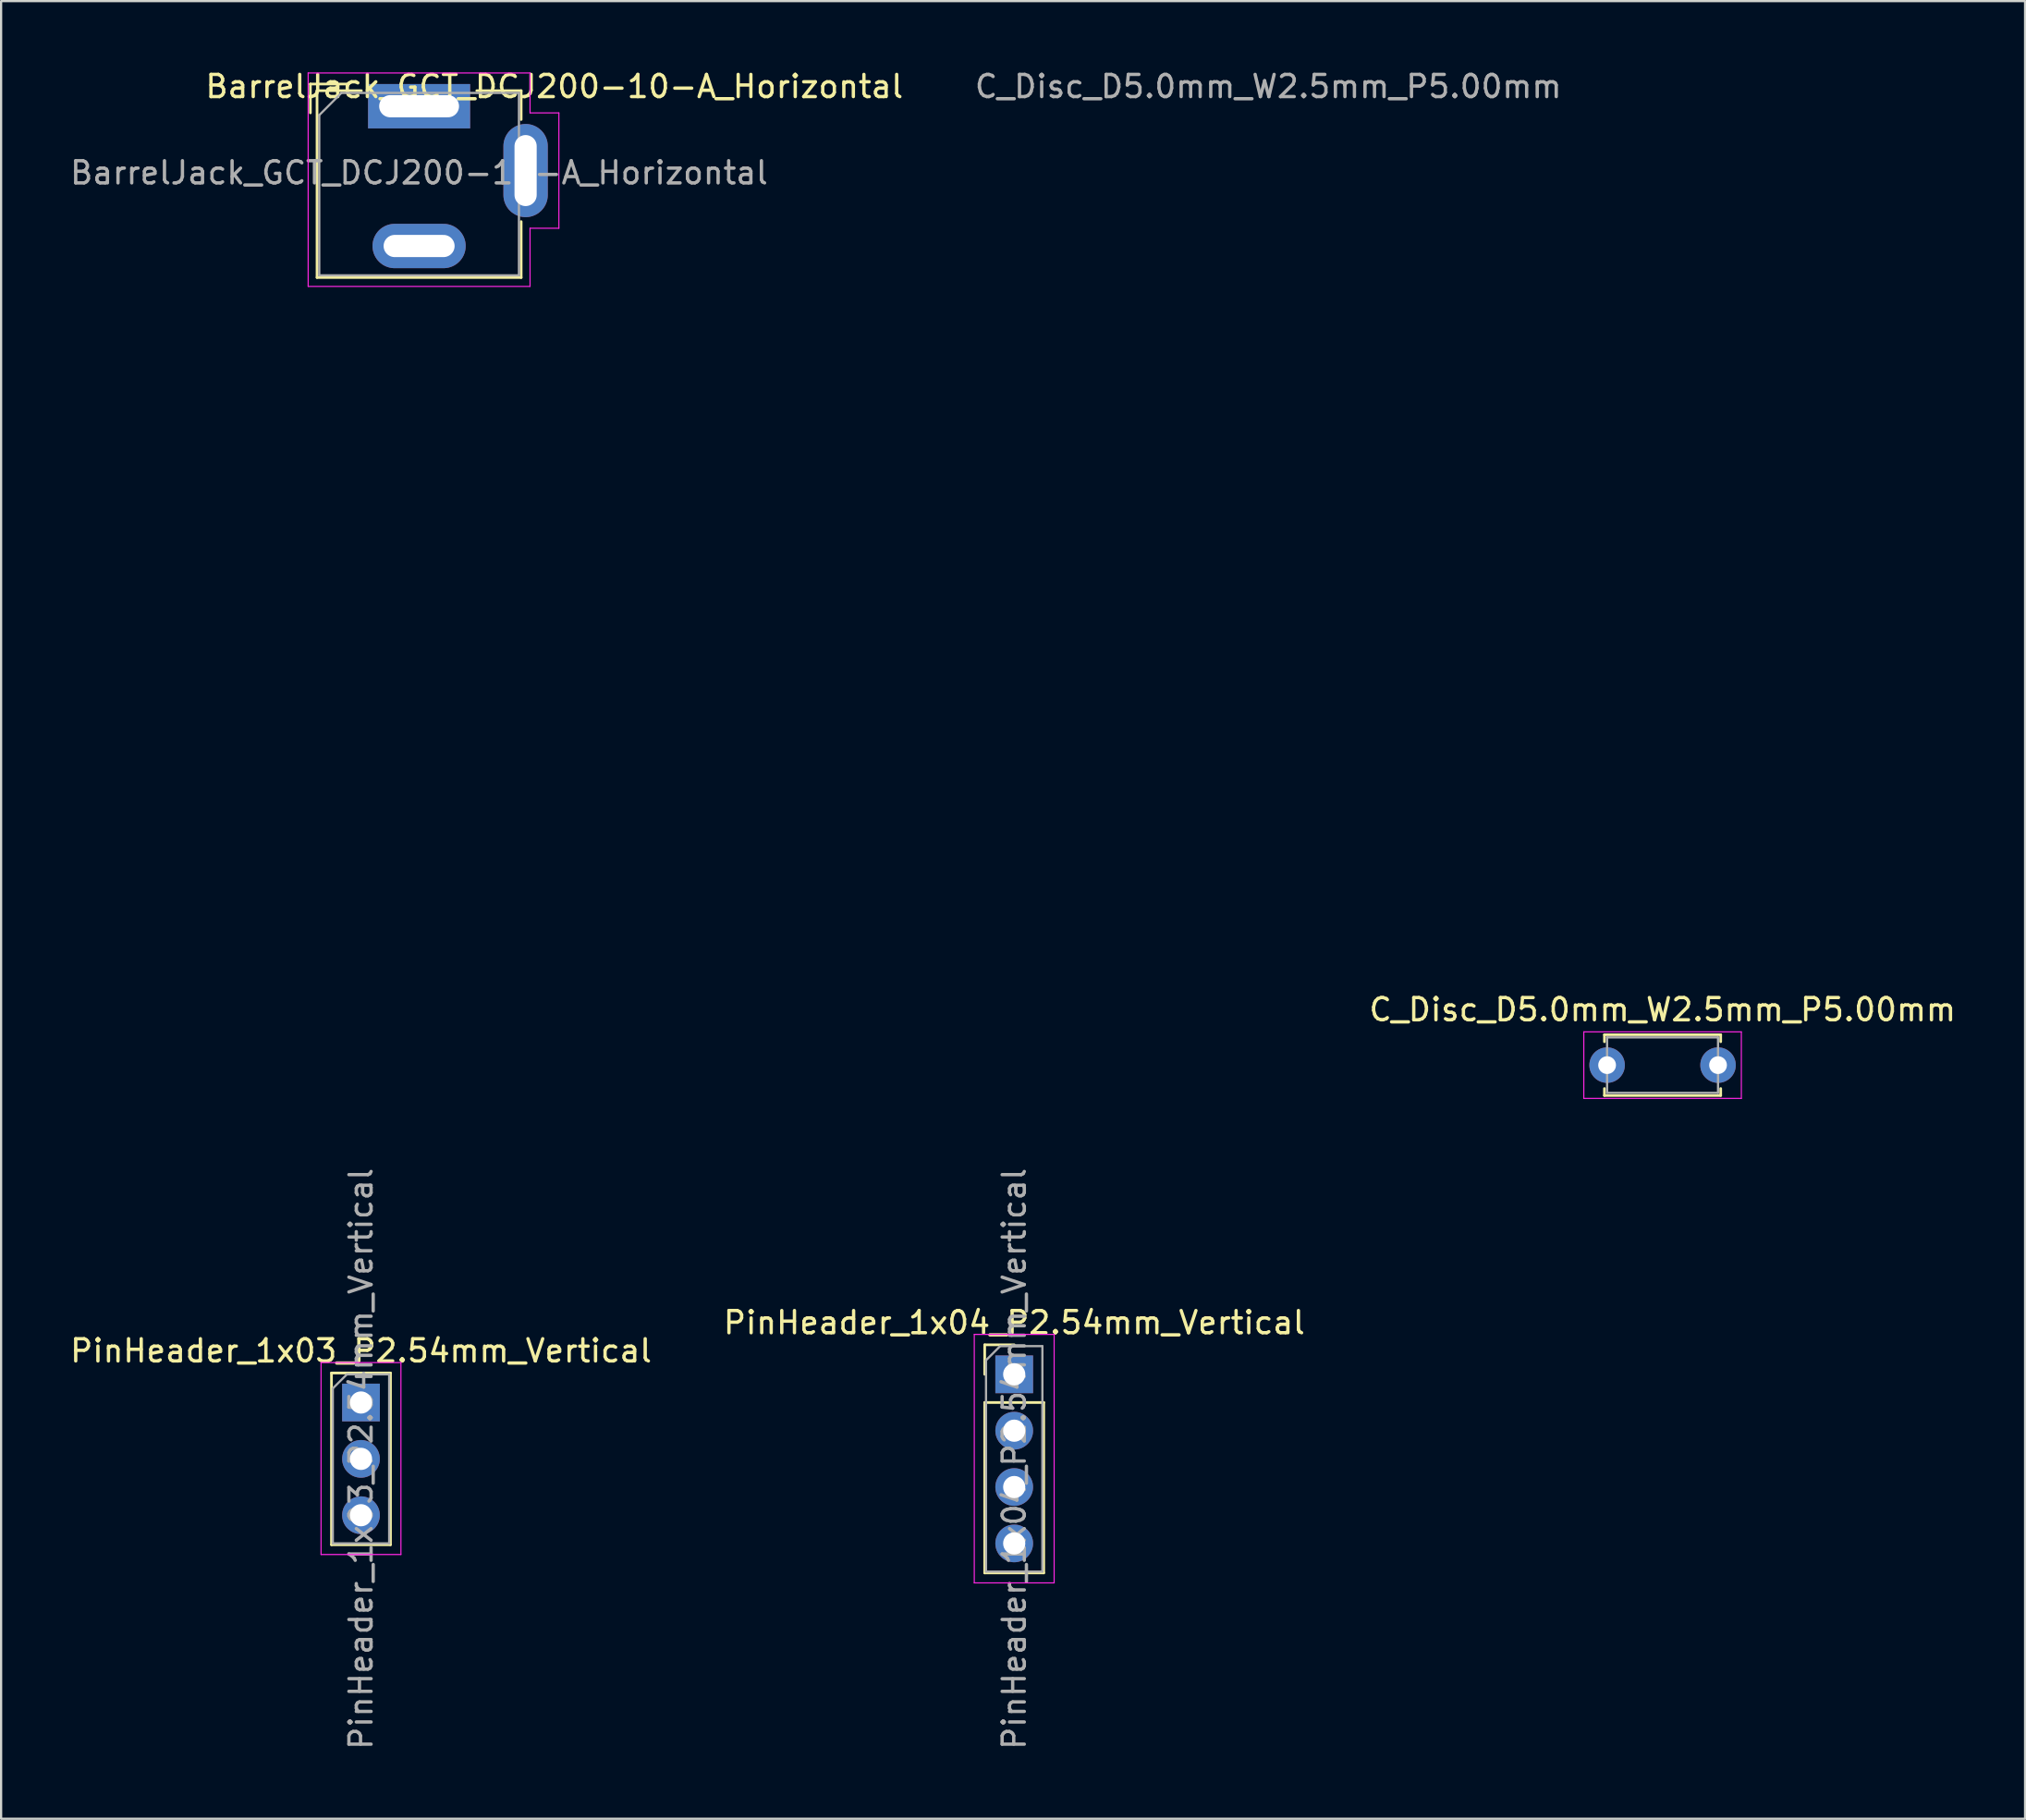
<source format=kicad_pcb>
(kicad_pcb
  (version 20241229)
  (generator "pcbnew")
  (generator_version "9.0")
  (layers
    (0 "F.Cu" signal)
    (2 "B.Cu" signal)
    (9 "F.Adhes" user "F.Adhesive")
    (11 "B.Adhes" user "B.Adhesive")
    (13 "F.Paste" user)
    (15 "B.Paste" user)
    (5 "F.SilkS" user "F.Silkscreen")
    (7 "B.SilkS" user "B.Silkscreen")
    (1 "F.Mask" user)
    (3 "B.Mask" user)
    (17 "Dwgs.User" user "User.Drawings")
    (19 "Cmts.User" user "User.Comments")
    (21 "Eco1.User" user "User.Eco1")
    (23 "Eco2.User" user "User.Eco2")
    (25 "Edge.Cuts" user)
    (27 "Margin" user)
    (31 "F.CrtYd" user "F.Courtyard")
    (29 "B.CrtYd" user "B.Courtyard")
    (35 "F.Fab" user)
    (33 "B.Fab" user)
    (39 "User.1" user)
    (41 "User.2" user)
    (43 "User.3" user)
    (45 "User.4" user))
  (footprint "C_Disc_D5.0mm_W2.5mm_P5.00mm"
    (layer "F.Cu")
    (at 69.383 44.953)
    (property "Reference" "C_Disc_D5.0mm_W2.5mm_P5.00mm" (at 2.5 -2.5 180) (layer "F.SilkS") (effects (font (size 1 1) (thickness 0.15))))
    (attr through_hole)
    (fp_line (start -0.12 -1.37) (end -0.12 -1.055) (stroke (width 0.12) (type solid)) (layer "F.SilkS"))
    (fp_line (start -0.12 -1.37) (end 5.12 -1.37) (stroke (width 0.12) (type solid)) (layer "F.SilkS"))
    (fp_line (start -0.12 1.055) (end -0.12 1.37) (stroke (width 0.12) (type solid)) (layer "F.SilkS"))
    (fp_line (start -0.12 1.37) (end 5.12 1.37) (stroke (width 0.12) (type solid)) (layer "F.SilkS"))
    (fp_line (start 5.12 -1.37) (end 5.12 -1.055) (stroke (width 0.12) (type solid)) (layer "F.SilkS"))
    (fp_line (start 5.12 1.055) (end 5.12 1.37) (stroke (width 0.12) (type solid)) (layer "F.SilkS"))
    (fp_line (start -1.05 -1.5) (end -1.05 1.5) (stroke (width 0.05) (type solid)) (layer "F.CrtYd"))
    (fp_line (start -1.05 1.5) (end 6.05 1.5) (stroke (width 0.05) (type solid)) (layer "F.CrtYd"))
    (fp_line (start 6.05 -1.5) (end -1.05 -1.5) (stroke (width 0.05) (type solid)) (layer "F.CrtYd"))
    (fp_line (start 6.05 1.5) (end 6.05 -1.5) (stroke (width 0.05) (type solid)) (layer "F.CrtYd"))
    (fp_line (start 0 -1.25) (end 0 1.25) (stroke (width 0.1) (type solid)) (layer "F.Fab"))
    (fp_line (start 0 1.25) (end 5 1.25) (stroke (width 0.1) (type solid)) (layer "F.Fab"))
    (fp_line (start 5 -1.25) (end 0 -1.25) (stroke (width 0.1) (type solid)) (layer "F.Fab"))
    (fp_line (start 5 1.25) (end 5 -1.25) (stroke (width 0.1) (type solid)) (layer "F.Fab"))
    (fp_text user "${REFERENCE}" (at -15.269 -44.105 180) (layer "F.Fab") (effects (font (size 1 1) (thickness 0.15))))
    (pad "1" thru_hole circle (at 0 0) (size 1.6 1.6) (drill 0.8) (layers "*.Cu" "*.Mask"))
    (pad "2" thru_hole circle (at 5 0) (size 1.6 1.6) (drill 0.8) (layers "*.Cu" "*.Mask")))
  (footprint "PinHeader_1x04_P2.54mm_Vertical"
    (layer "F.Cu")
    (at 42.661 58.888)
    (property "Reference" "PinHeader_1x04_P2.54mm_Vertical" (at 0 -2.33 180) (layer "F.SilkS") (effects (font (size 1 1) (thickness 0.15))))
    (attr through_hole)
    (fp_line (start -1.33 -1.33) (end 0 -1.33) (stroke (width 0.12) (type solid)) (layer "F.SilkS"))
    (fp_line (start -1.33 0) (end -1.33 -1.33) (stroke (width 0.12) (type solid)) (layer "F.SilkS"))
    (fp_line (start -1.33 1.27) (end -1.33 8.95) (stroke (width 0.12) (type solid)) (layer "F.SilkS"))
    (fp_line (start -1.33 1.27) (end 1.33 1.27) (stroke (width 0.12) (type solid)) (layer "F.SilkS"))
    (fp_line (start -1.33 8.95) (end 1.33 8.95) (stroke (width 0.12) (type solid)) (layer "F.SilkS"))
    (fp_line (start 1.33 1.27) (end 1.33 8.95) (stroke (width 0.12) (type solid)) (layer "F.SilkS"))
    (fp_line (start -1.8 -1.8) (end -1.8 9.4) (stroke (width 0.05) (type solid)) (layer "F.CrtYd"))
    (fp_line (start -1.8 9.4) (end 1.8 9.4) (stroke (width 0.05) (type solid)) (layer "F.CrtYd"))
    (fp_line (start 1.8 -1.8) (end -1.8 -1.8) (stroke (width 0.05) (type solid)) (layer "F.CrtYd"))
    (fp_line (start 1.8 9.4) (end 1.8 -1.8) (stroke (width 0.05) (type solid)) (layer "F.CrtYd"))
    (fp_line (start -1.27 -0.635) (end -0.635 -1.27) (stroke (width 0.1) (type solid)) (layer "F.Fab"))
    (fp_line (start -1.27 8.89) (end -1.27 -0.635) (stroke (width 0.1) (type solid)) (layer "F.Fab"))
    (fp_line (start -0.635 -1.27) (end 1.27 -1.27) (stroke (width 0.1) (type solid)) (layer "F.Fab"))
    (fp_line (start 1.27 -1.27) (end 1.27 8.89) (stroke (width 0.1) (type solid)) (layer "F.Fab"))
    (fp_line (start 1.27 8.89) (end -1.27 8.89) (stroke (width 0.1) (type solid)) (layer "F.Fab"))
    (fp_text user "${REFERENCE}" (at 0 3.81 270) (layer "F.Fab") (effects (font (size 1 1) (thickness 0.15))))
    (pad "1" thru_hole rect (at 0 0) (size 1.7 1.7) (drill 1) (layers "*.Cu" "*.Mask"))
    (pad "2" thru_hole oval (at 0 2.54) (size 1.7 1.7) (drill 1) (layers "*.Cu" "*.Mask"))
    (pad "3" thru_hole oval (at 0 5.08) (size 1.7 1.7) (drill 1) (layers "*.Cu" "*.Mask"))
    (pad "4" thru_hole oval (at 0 7.62) (size 1.7 1.7) (drill 1) (layers "*.Cu" "*.Mask")))
  (footprint "PinHeader_1x03_P2.54mm_Vertical"
    (layer "F.Cu")
    (at 13.22 60.158)
    (property "Reference" "PinHeader_1x03_P2.54mm_Vertical" (at 0 -2.33 0) (layer "F.SilkS") (effects (font (size 1 1) (thickness 0.15))))
    (attr through_hole)
    (fp_line (start -1.33 -1.33) (end -1.33 6.41) (stroke (width 0.12) (type solid)) (layer "F.SilkS"))
    (fp_line (start -1.33 -1.33) (end 1.33 -1.33) (stroke (width 0.12) (type solid)) (layer "F.SilkS"))
    (fp_line (start -1.33 6.41) (end 1.33 6.41) (stroke (width 0.12) (type solid)) (layer "F.SilkS"))
    (fp_line (start 1.33 -1.33) (end 1.33 6.41) (stroke (width 0.12) (type solid)) (layer "F.SilkS"))
    (fp_line (start -1.8 -1.8) (end -1.8 6.85) (stroke (width 0.05) (type solid)) (layer "F.CrtYd"))
    (fp_line (start -1.8 6.85) (end 1.8 6.85) (stroke (width 0.05) (type solid)) (layer "F.CrtYd"))
    (fp_line (start 1.8 -1.8) (end -1.8 -1.8) (stroke (width 0.05) (type solid)) (layer "F.CrtYd"))
    (fp_line (start 1.8 6.85) (end 1.8 -1.8) (stroke (width 0.05) (type solid)) (layer "F.CrtYd"))
    (fp_line (start -1.27 -0.635) (end -0.635 -1.27) (stroke (width 0.1) (type solid)) (layer "F.Fab"))
    (fp_line (start -1.27 6.35) (end -1.27 -0.635) (stroke (width 0.1) (type solid)) (layer "F.Fab"))
    (fp_line (start -0.635 -1.27) (end 1.27 -1.27) (stroke (width 0.1) (type solid)) (layer "F.Fab"))
    (fp_line (start 1.27 -1.27) (end 1.27 6.35) (stroke (width 0.1) (type solid)) (layer "F.Fab"))
    (fp_line (start 1.27 6.35) (end -1.27 6.35) (stroke (width 0.1) (type solid)) (layer "F.Fab"))
    (fp_text user "${REFERENCE}" (at 0 2.54 270) (layer "F.Fab") (effects (font (size 1 1) (thickness 0.15))))
    (pad "1" thru_hole rect (at 0 0) (size 1.7 1.7) (drill 1) (layers "*.Cu" "*.Mask"))
    (pad "2" thru_hole oval (at 0 2.54) (size 1.7 1.7) (drill 1) (layers "*.Cu" "*.Mask"))
    (pad "3" thru_hole oval (at 0 5.08) (size 1.7 1.7) (drill 1) (layers "*.Cu" "*.Mask")))
  (footprint "BarrelJack_GCT_DCJ200-10-A_Horizontal"
    (layer "F.Cu")
    (at 15.839 1.737)
    (property "Reference" "BarrelJack_GCT_DCJ200-10-A_Horizontal" (at 6.096 -0.889 180) (layer "F.SilkS") (effects (font (size 1 1) (thickness 0.15))))
    (attr through_hole)
    (fp_line (start -4.9 -1) (end -4.9 0.3) (stroke (width 0.12) (type solid)) (layer "F.SilkS"))
    (fp_line (start -4.6 -0.7) (end -2.6 -0.7) (stroke (width 0.12) (type solid)) (layer "F.SilkS"))
    (fp_line (start -4.6 7.72) (end -4.6 -0.7) (stroke (width 0.12) (type solid)) (layer "F.SilkS"))
    (fp_line (start -3.2 -1) (end -4.9 -1) (stroke (width 0.12) (type solid)) (layer "F.SilkS"))
    (fp_line (start 2.6 -0.7) (end 4.6 -0.7) (stroke (width 0.12) (type solid)) (layer "F.SilkS"))
    (fp_line (start 4.6 -0.7) (end 4.6 0.6) (stroke (width 0.12) (type solid)) (layer "F.SilkS"))
    (fp_line (start 4.6 5.2) (end 4.6 7.72) (stroke (width 0.12) (type solid)) (layer "F.SilkS"))
    (fp_line (start 4.6 7.72) (end -4.6 7.72) (stroke (width 0.12) (type solid)) (layer "F.SilkS"))
    (fp_line (start -5 -1.5) (end -5 8.12) (stroke (width 0.05) (type solid)) (layer "F.CrtYd"))
    (fp_line (start -5 8.12) (end 5 8.12) (stroke (width 0.05) (type solid)) (layer "F.CrtYd"))
    (fp_line (start 5 -1.5) (end -5 -1.5) (stroke (width 0.05) (type solid)) (layer "F.CrtYd"))
    (fp_line (start 5 0.3) (end 5 -1.5) (stroke (width 0.05) (type solid)) (layer "F.CrtYd"))
    (fp_line (start 5 8.12) (end 5 5.5) (stroke (width 0.05) (type solid)) (layer "F.CrtYd"))
    (fp_line (start 6.3 0.3) (end 5 0.3) (stroke (width 0.05) (type solid)) (layer "F.CrtYd"))
    (fp_line (start 6.3 0.3) (end 6.3 5.5) (stroke (width 0.05) (type solid)) (layer "F.CrtYd"))
    (fp_line (start 6.3 5.5) (end 5 5.5) (stroke (width 0.05) (type solid)) (layer "F.CrtYd"))
    (fp_line (start -4.5 0.4) (end -3.5 -0.6) (stroke (width 0.1) (type solid)) (layer "F.Fab"))
    (fp_line (start -4.5 7.62) (end -4.5 0.4) (stroke (width 0.1) (type solid)) (layer "F.Fab"))
    (fp_line (start 4.5 -0.6) (end -3.5 -0.6) (stroke (width 0.1) (type solid)) (layer "F.Fab"))
    (fp_line (start 4.5 -0.6) (end 4.5 7.62) (stroke (width 0.1) (type solid)) (layer "F.Fab"))
    (fp_line (start 4.5 7.62) (end -4.5 7.62) (stroke (width 0.1) (type solid)) (layer "F.Fab"))
    (fp_text user "${REFERENCE}" (at 0 3 180) (layer "F.Fab") (effects (font (size 1 1) (thickness 0.15))))
    (pad "1" thru_hole rect (at 0 0) (size 4.6 2) (drill oval 3.6 1) (layers "*.Cu" "*.Mask"))
    (pad "2" thru_hole oval (at 0 6.3) (size 4.2 2) (drill oval 3.2 1) (layers "*.Cu" "*.Mask"))
    (pad "MP" thru_hole oval (at 4.8 2.9) (size 2 4.2) (drill oval 1 3.2) (layers "*.Cu" "*.Mask")))
  (gr_rect
    (start -3 -3)
    (end 88.222 78.919)
    (stroke (width 0.1) (type default))
    (fill no)
    (layer "Edge.Cuts")))
</source>
